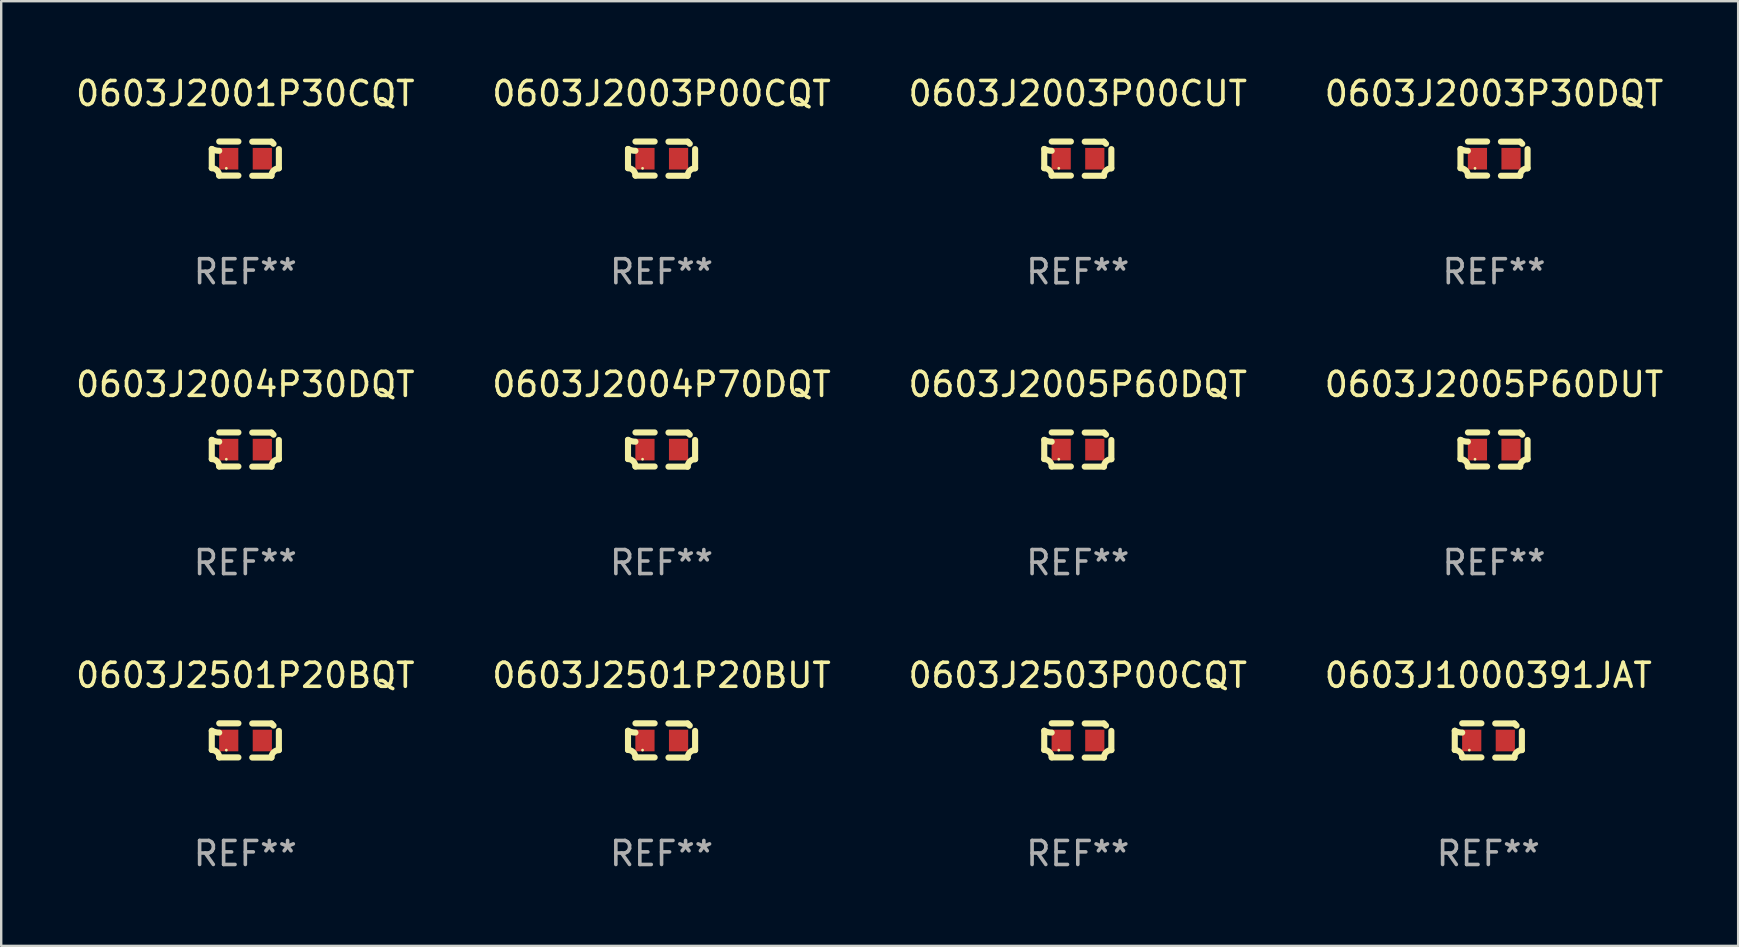
<source format=kicad_pcb>
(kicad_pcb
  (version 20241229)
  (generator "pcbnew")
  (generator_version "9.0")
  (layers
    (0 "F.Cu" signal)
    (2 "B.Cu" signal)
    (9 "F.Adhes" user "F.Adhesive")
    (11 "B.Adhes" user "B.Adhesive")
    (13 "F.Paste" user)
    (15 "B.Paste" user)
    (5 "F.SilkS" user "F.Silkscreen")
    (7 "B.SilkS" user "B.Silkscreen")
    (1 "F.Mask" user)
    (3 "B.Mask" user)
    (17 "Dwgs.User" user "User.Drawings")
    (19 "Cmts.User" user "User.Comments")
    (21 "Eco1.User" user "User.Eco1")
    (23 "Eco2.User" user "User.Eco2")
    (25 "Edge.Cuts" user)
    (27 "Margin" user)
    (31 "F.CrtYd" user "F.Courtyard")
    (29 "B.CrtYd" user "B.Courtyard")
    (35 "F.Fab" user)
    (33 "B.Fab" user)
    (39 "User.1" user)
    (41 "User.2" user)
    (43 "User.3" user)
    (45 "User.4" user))
  (footprint "0603J2004P30DQT"
    (layer "F.Cu")
    (at 7.173 15.683)
    (property "Reference" "0603J2004P30DQT" (at 0 -2.713 0) (layer "F.SilkS") (effects (font (size 1 1) (thickness 0.15))))
    (attr through_hole)
    (fp_line (start -1.398 -0.403) (end -1.398 0.397) (stroke (width 0.254) (type solid)) (layer "F.SilkS"))
    (fp_line (start -0.288 -0.713) (end -1.088 -0.713) (stroke (width 0.254) (type solid)) (layer "F.SilkS"))
    (fp_line (start -0.288 0.707) (end -1.088 0.707) (stroke (width 0.254) (type solid)) (layer "F.SilkS"))
    (fp_line (start 0.288 -0.707) (end 1.088 -0.707) (stroke (width 0.254) (type solid)) (layer "F.SilkS"))
    (fp_line (start 0.288 0.713) (end 1.088 0.713) (stroke (width 0.254) (type solid)) (layer "F.SilkS"))
    (fp_line (start 1.398 -0.397) (end 1.398 0.403) (stroke (width 0.254) (type solid)) (layer "F.SilkS"))
    (fp_arc (start -1.397789 0.397066) (mid -1.178701 0.487826) (end -1.08796 0.706922) (stroke (width 0.254001) (type solid)) (layer "F.SilkS"))
    (fp_arc (start -1.08796 -0.327176) (mid -1.247436 -0.346384) (end -1.39779 -0.402908) (stroke (width 0.254001) (type solid)) (layer "F.SilkS"))
    (fp_arc (start 1.087909 0.712738) (mid 1.178656 0.493655) (end 1.397739 0.402908) (stroke (width 0.254001) (type solid)) (layer "F.SilkS"))
    (fp_arc (start 1.175925 -0.618926) (mid 1.131917 -0.662923) (end 1.08791 -0.706922) (stroke (width 0.254001) (type solid)) (layer "F.SilkS"))
    (fp_circle (center -0.792 0.403) (end -0.762 0.403) (stroke (width 0.06) (type solid)) (fill no) (layer "F.SilkS"))
    (fp_text user "REF**" (at 0 4.713 0) (layer "F.Fab") (effects (font (size 1 1) (thickness 0.15))))
    (pad "1" smd rect (at -0.692 0.003) (size 0.8 0.9) (layers "F.Cu" "F.Mask" "F.Paste"))
    (pad "2" smd rect (at 0.708 0.003) (size 0.8 0.9) (layers "F.Cu" "F.Mask" "F.Paste")))
  (footprint "0603J1000391JAT"
    (layer "F.Cu")
    (at 58.97 27.805)
    (property "Reference" "0603J1000391JAT" (at 0 -2.713 0) (layer "F.SilkS") (effects (font (size 1 1) (thickness 0.15))))
    (attr through_hole)
    (fp_line (start -1.398 -0.403) (end -1.398 0.397) (stroke (width 0.254) (type solid)) (layer "F.SilkS"))
    (fp_line (start -0.288 -0.713) (end -1.088 -0.713) (stroke (width 0.254) (type solid)) (layer "F.SilkS"))
    (fp_line (start -0.288 0.707) (end -1.088 0.707) (stroke (width 0.254) (type solid)) (layer "F.SilkS"))
    (fp_line (start 0.288 -0.707) (end 1.088 -0.707) (stroke (width 0.254) (type solid)) (layer "F.SilkS"))
    (fp_line (start 0.288 0.713) (end 1.088 0.713) (stroke (width 0.254) (type solid)) (layer "F.SilkS"))
    (fp_line (start 1.398 -0.397) (end 1.398 0.403) (stroke (width 0.254) (type solid)) (layer "F.SilkS"))
    (fp_arc (start -1.397789 0.397066) (mid -1.178701 0.487826) (end -1.08796 0.706922) (stroke (width 0.254001) (type solid)) (layer "F.SilkS"))
    (fp_arc (start -1.08796 -0.327176) (mid -1.247436 -0.346384) (end -1.39779 -0.402908) (stroke (width 0.254001) (type solid)) (layer "F.SilkS"))
    (fp_arc (start 1.087909 0.712738) (mid 1.178656 0.493655) (end 1.397739 0.402908) (stroke (width 0.254001) (type solid)) (layer "F.SilkS"))
    (fp_arc (start 1.175925 -0.618926) (mid 1.131917 -0.662923) (end 1.08791 -0.706922) (stroke (width 0.254001) (type solid)) (layer "F.SilkS"))
    (fp_circle (center -0.792 0.403) (end -0.762 0.403) (stroke (width 0.06) (type solid)) (fill no) (layer "F.SilkS"))
    (fp_text user "REF**" (at 0 4.713 0) (layer "F.Fab") (effects (font (size 1 1) (thickness 0.15))))
    (pad "1" smd rect (at -0.692 0.003) (size 0.8 0.9) (layers "F.Cu" "F.Mask" "F.Paste"))
    (pad "2" smd rect (at 0.708 0.003) (size 0.8 0.9) (layers "F.Cu" "F.Mask" "F.Paste")))
  (footprint "0603J2003P00CUT"
    (layer "F.Cu")
    (at 41.863 3.561)
    (property "Reference" "0603J2003P00CUT" (at 0 -2.713 0) (layer "F.SilkS") (effects (font (size 1 1) (thickness 0.15))))
    (attr through_hole)
    (fp_line (start -1.398 -0.403) (end -1.398 0.397) (stroke (width 0.254) (type solid)) (layer "F.SilkS"))
    (fp_line (start -0.288 -0.713) (end -1.088 -0.713) (stroke (width 0.254) (type solid)) (layer "F.SilkS"))
    (fp_line (start -0.288 0.707) (end -1.088 0.707) (stroke (width 0.254) (type solid)) (layer "F.SilkS"))
    (fp_line (start 0.288 -0.707) (end 1.088 -0.707) (stroke (width 0.254) (type solid)) (layer "F.SilkS"))
    (fp_line (start 0.288 0.713) (end 1.088 0.713) (stroke (width 0.254) (type solid)) (layer "F.SilkS"))
    (fp_line (start 1.398 -0.397) (end 1.398 0.403) (stroke (width 0.254) (type solid)) (layer "F.SilkS"))
    (fp_arc (start -1.397789 0.397066) (mid -1.178701 0.487826) (end -1.08796 0.706922) (stroke (width 0.254001) (type solid)) (layer "F.SilkS"))
    (fp_arc (start -1.08796 -0.327176) (mid -1.247436 -0.346384) (end -1.39779 -0.402908) (stroke (width 0.254001) (type solid)) (layer "F.SilkS"))
    (fp_arc (start 1.087909 0.712738) (mid 1.178656 0.493655) (end 1.397739 0.402908) (stroke (width 0.254001) (type solid)) (layer "F.SilkS"))
    (fp_arc (start 1.175925 -0.618926) (mid 1.131917 -0.662923) (end 1.08791 -0.706922) (stroke (width 0.254001) (type solid)) (layer "F.SilkS"))
    (fp_circle (center -0.792 0.403) (end -0.762 0.403) (stroke (width 0.06) (type solid)) (fill no) (layer "F.SilkS"))
    (fp_text user "REF**" (at 0 4.713 0) (layer "F.Fab") (effects (font (size 1 1) (thickness 0.15))))
    (pad "1" smd rect (at -0.692 0.003) (size 0.8 0.9) (layers "F.Cu" "F.Mask" "F.Paste"))
    (pad "2" smd rect (at 0.708 0.003) (size 0.8 0.9) (layers "F.Cu" "F.Mask" "F.Paste")))
  (footprint "0603J2501P20BUT"
    (layer "F.Cu")
    (at 24.518 27.805)
    (property "Reference" "0603J2501P20BUT" (at 0 -2.713 0) (layer "F.SilkS") (effects (font (size 1 1) (thickness 0.15))))
    (attr through_hole)
    (fp_line (start -1.398 -0.403) (end -1.398 0.397) (stroke (width 0.254) (type solid)) (layer "F.SilkS"))
    (fp_line (start -0.288 -0.713) (end -1.088 -0.713) (stroke (width 0.254) (type solid)) (layer "F.SilkS"))
    (fp_line (start -0.288 0.707) (end -1.088 0.707) (stroke (width 0.254) (type solid)) (layer "F.SilkS"))
    (fp_line (start 0.288 -0.707) (end 1.088 -0.707) (stroke (width 0.254) (type solid)) (layer "F.SilkS"))
    (fp_line (start 0.288 0.713) (end 1.088 0.713) (stroke (width 0.254) (type solid)) (layer "F.SilkS"))
    (fp_line (start 1.398 -0.397) (end 1.398 0.403) (stroke (width 0.254) (type solid)) (layer "F.SilkS"))
    (fp_arc (start -1.397789 0.397066) (mid -1.178701 0.487826) (end -1.08796 0.706922) (stroke (width 0.254001) (type solid)) (layer "F.SilkS"))
    (fp_arc (start -1.08796 -0.327176) (mid -1.247436 -0.346384) (end -1.39779 -0.402908) (stroke (width 0.254001) (type solid)) (layer "F.SilkS"))
    (fp_arc (start 1.087909 0.712738) (mid 1.178656 0.493655) (end 1.397739 0.402908) (stroke (width 0.254001) (type solid)) (layer "F.SilkS"))
    (fp_arc (start 1.175925 -0.618926) (mid 1.131917 -0.662923) (end 1.08791 -0.706922) (stroke (width 0.254001) (type solid)) (layer "F.SilkS"))
    (fp_circle (center -0.792 0.403) (end -0.762 0.403) (stroke (width 0.06) (type solid)) (fill no) (layer "F.SilkS"))
    (fp_text user "REF**" (at 0 4.713 0) (layer "F.Fab") (effects (font (size 1 1) (thickness 0.15))))
    (pad "1" smd rect (at -0.692 0.003) (size 0.8 0.9) (layers "F.Cu" "F.Mask" "F.Paste"))
    (pad "2" smd rect (at 0.708 0.003) (size 0.8 0.9) (layers "F.Cu" "F.Mask" "F.Paste")))
  (footprint "0603J2501P20BQT"
    (layer "F.Cu")
    (at 7.173 27.805)
    (property "Reference" "0603J2501P20BQT" (at 0 -2.713 0) (layer "F.SilkS") (effects (font (size 1 1) (thickness 0.15))))
    (attr through_hole)
    (fp_line (start -1.398 -0.403) (end -1.398 0.397) (stroke (width 0.254) (type solid)) (layer "F.SilkS"))
    (fp_line (start -0.288 -0.713) (end -1.088 -0.713) (stroke (width 0.254) (type solid)) (layer "F.SilkS"))
    (fp_line (start -0.288 0.707) (end -1.088 0.707) (stroke (width 0.254) (type solid)) (layer "F.SilkS"))
    (fp_line (start 0.288 -0.707) (end 1.088 -0.707) (stroke (width 0.254) (type solid)) (layer "F.SilkS"))
    (fp_line (start 0.288 0.713) (end 1.088 0.713) (stroke (width 0.254) (type solid)) (layer "F.SilkS"))
    (fp_line (start 1.398 -0.397) (end 1.398 0.403) (stroke (width 0.254) (type solid)) (layer "F.SilkS"))
    (fp_arc (start -1.397789 0.397066) (mid -1.178701 0.487826) (end -1.08796 0.706922) (stroke (width 0.254001) (type solid)) (layer "F.SilkS"))
    (fp_arc (start -1.08796 -0.327176) (mid -1.247436 -0.346384) (end -1.39779 -0.402908) (stroke (width 0.254001) (type solid)) (layer "F.SilkS"))
    (fp_arc (start 1.087909 0.712738) (mid 1.178656 0.493655) (end 1.397739 0.402908) (stroke (width 0.254001) (type solid)) (layer "F.SilkS"))
    (fp_arc (start 1.175925 -0.618926) (mid 1.131917 -0.662923) (end 1.08791 -0.706922) (stroke (width 0.254001) (type solid)) (layer "F.SilkS"))
    (fp_circle (center -0.792 0.403) (end -0.762 0.403) (stroke (width 0.06) (type solid)) (fill no) (layer "F.SilkS"))
    (fp_text user "REF**" (at 0 4.713 0) (layer "F.Fab") (effects (font (size 1 1) (thickness 0.15))))
    (pad "1" smd rect (at -0.692 0.003) (size 0.8 0.9) (layers "F.Cu" "F.Mask" "F.Paste"))
    (pad "2" smd rect (at 0.708 0.003) (size 0.8 0.9) (layers "F.Cu" "F.Mask" "F.Paste")))
  (footprint "0603J2004P70DQT"
    (layer "F.Cu")
    (at 24.518 15.683)
    (property "Reference" "0603J2004P70DQT" (at 0 -2.713 0) (layer "F.SilkS") (effects (font (size 1 1) (thickness 0.15))))
    (attr through_hole)
    (fp_line (start -1.398 -0.403) (end -1.398 0.397) (stroke (width 0.254) (type solid)) (layer "F.SilkS"))
    (fp_line (start -0.288 -0.713) (end -1.088 -0.713) (stroke (width 0.254) (type solid)) (layer "F.SilkS"))
    (fp_line (start -0.288 0.707) (end -1.088 0.707) (stroke (width 0.254) (type solid)) (layer "F.SilkS"))
    (fp_line (start 0.288 -0.707) (end 1.088 -0.707) (stroke (width 0.254) (type solid)) (layer "F.SilkS"))
    (fp_line (start 0.288 0.713) (end 1.088 0.713) (stroke (width 0.254) (type solid)) (layer "F.SilkS"))
    (fp_line (start 1.398 -0.397) (end 1.398 0.403) (stroke (width 0.254) (type solid)) (layer "F.SilkS"))
    (fp_arc (start -1.397789 0.397066) (mid -1.178701 0.487826) (end -1.08796 0.706922) (stroke (width 0.254001) (type solid)) (layer "F.SilkS"))
    (fp_arc (start -1.08796 -0.327176) (mid -1.247436 -0.346384) (end -1.39779 -0.402908) (stroke (width 0.254001) (type solid)) (layer "F.SilkS"))
    (fp_arc (start 1.087909 0.712738) (mid 1.178656 0.493655) (end 1.397739 0.402908) (stroke (width 0.254001) (type solid)) (layer "F.SilkS"))
    (fp_arc (start 1.175925 -0.618926) (mid 1.131917 -0.662923) (end 1.08791 -0.706922) (stroke (width 0.254001) (type solid)) (layer "F.SilkS"))
    (fp_circle (center -0.792 0.403) (end -0.762 0.403) (stroke (width 0.06) (type solid)) (fill no) (layer "F.SilkS"))
    (fp_text user "REF**" (at 0 4.713 0) (layer "F.Fab") (effects (font (size 1 1) (thickness 0.15))))
    (pad "1" smd rect (at -0.692 0.003) (size 0.8 0.9) (layers "F.Cu" "F.Mask" "F.Paste"))
    (pad "2" smd rect (at 0.708 0.003) (size 0.8 0.9) (layers "F.Cu" "F.Mask" "F.Paste")))
  (footprint "0603J2005P60DUT"
    (layer "F.Cu")
    (at 59.208 15.683)
    (property "Reference" "0603J2005P60DUT" (at 0 -2.713 0) (layer "F.SilkS") (effects (font (size 1 1) (thickness 0.15))))
    (attr through_hole)
    (fp_line (start -1.398 -0.403) (end -1.398 0.397) (stroke (width 0.254) (type solid)) (layer "F.SilkS"))
    (fp_line (start -0.288 -0.713) (end -1.088 -0.713) (stroke (width 0.254) (type solid)) (layer "F.SilkS"))
    (fp_line (start -0.288 0.707) (end -1.088 0.707) (stroke (width 0.254) (type solid)) (layer "F.SilkS"))
    (fp_line (start 0.288 -0.707) (end 1.088 -0.707) (stroke (width 0.254) (type solid)) (layer "F.SilkS"))
    (fp_line (start 0.288 0.713) (end 1.088 0.713) (stroke (width 0.254) (type solid)) (layer "F.SilkS"))
    (fp_line (start 1.398 -0.397) (end 1.398 0.403) (stroke (width 0.254) (type solid)) (layer "F.SilkS"))
    (fp_arc (start -1.397789 0.397066) (mid -1.178701 0.487826) (end -1.08796 0.706922) (stroke (width 0.254001) (type solid)) (layer "F.SilkS"))
    (fp_arc (start -1.08796 -0.327176) (mid -1.247436 -0.346384) (end -1.39779 -0.402908) (stroke (width 0.254001) (type solid)) (layer "F.SilkS"))
    (fp_arc (start 1.087909 0.712738) (mid 1.178656 0.493655) (end 1.397739 0.402908) (stroke (width 0.254001) (type solid)) (layer "F.SilkS"))
    (fp_arc (start 1.175925 -0.618926) (mid 1.131917 -0.662923) (end 1.08791 -0.706922) (stroke (width 0.254001) (type solid)) (layer "F.SilkS"))
    (fp_circle (center -0.792 0.403) (end -0.762 0.403) (stroke (width 0.06) (type solid)) (fill no) (layer "F.SilkS"))
    (fp_text user "REF**" (at 0 4.713 0) (layer "F.Fab") (effects (font (size 1 1) (thickness 0.15))))
    (pad "1" smd rect (at -0.692 0.003) (size 0.8 0.9) (layers "F.Cu" "F.Mask" "F.Paste"))
    (pad "2" smd rect (at 0.708 0.003) (size 0.8 0.9) (layers "F.Cu" "F.Mask" "F.Paste")))
  (footprint "0603J2503P00CQT"
    (layer "F.Cu")
    (at 41.863 27.805)
    (property "Reference" "0603J2503P00CQT" (at 0 -2.713 0) (layer "F.SilkS") (effects (font (size 1 1) (thickness 0.15))))
    (attr through_hole)
    (fp_line (start -1.398 -0.403) (end -1.398 0.397) (stroke (width 0.254) (type solid)) (layer "F.SilkS"))
    (fp_line (start -0.288 -0.713) (end -1.088 -0.713) (stroke (width 0.254) (type solid)) (layer "F.SilkS"))
    (fp_line (start -0.288 0.707) (end -1.088 0.707) (stroke (width 0.254) (type solid)) (layer "F.SilkS"))
    (fp_line (start 0.288 -0.707) (end 1.088 -0.707) (stroke (width 0.254) (type solid)) (layer "F.SilkS"))
    (fp_line (start 0.288 0.713) (end 1.088 0.713) (stroke (width 0.254) (type solid)) (layer "F.SilkS"))
    (fp_line (start 1.398 -0.397) (end 1.398 0.403) (stroke (width 0.254) (type solid)) (layer "F.SilkS"))
    (fp_arc (start -1.397789 0.397066) (mid -1.178701 0.487826) (end -1.08796 0.706922) (stroke (width 0.254001) (type solid)) (layer "F.SilkS"))
    (fp_arc (start -1.08796 -0.327176) (mid -1.247436 -0.346384) (end -1.39779 -0.402908) (stroke (width 0.254001) (type solid)) (layer "F.SilkS"))
    (fp_arc (start 1.087909 0.712738) (mid 1.178656 0.493655) (end 1.397739 0.402908) (stroke (width 0.254001) (type solid)) (layer "F.SilkS"))
    (fp_arc (start 1.175925 -0.618926) (mid 1.131917 -0.662923) (end 1.08791 -0.706922) (stroke (width 0.254001) (type solid)) (layer "F.SilkS"))
    (fp_circle (center -0.792 0.403) (end -0.762 0.403) (stroke (width 0.06) (type solid)) (fill no) (layer "F.SilkS"))
    (fp_text user "REF**" (at 0 4.713 0) (layer "F.Fab") (effects (font (size 1 1) (thickness 0.15))))
    (pad "1" smd rect (at -0.692 0.003) (size 0.8 0.9) (layers "F.Cu" "F.Mask" "F.Paste"))
    (pad "2" smd rect (at 0.708 0.003) (size 0.8 0.9) (layers "F.Cu" "F.Mask" "F.Paste")))
  (footprint "0603J2001P30CQT"
    (layer "F.Cu")
    (at 7.173 3.561)
    (property "Reference" "0603J2001P30CQT" (at 0 -2.713 0) (layer "F.SilkS") (effects (font (size 1 1) (thickness 0.15))))
    (attr through_hole)
    (fp_line (start -1.398 -0.403) (end -1.398 0.397) (stroke (width 0.254) (type solid)) (layer "F.SilkS"))
    (fp_line (start -0.288 -0.713) (end -1.088 -0.713) (stroke (width 0.254) (type solid)) (layer "F.SilkS"))
    (fp_line (start -0.288 0.707) (end -1.088 0.707) (stroke (width 0.254) (type solid)) (layer "F.SilkS"))
    (fp_line (start 0.288 -0.707) (end 1.088 -0.707) (stroke (width 0.254) (type solid)) (layer "F.SilkS"))
    (fp_line (start 0.288 0.713) (end 1.088 0.713) (stroke (width 0.254) (type solid)) (layer "F.SilkS"))
    (fp_line (start 1.398 -0.397) (end 1.398 0.403) (stroke (width 0.254) (type solid)) (layer "F.SilkS"))
    (fp_arc (start -1.397789 0.397066) (mid -1.178701 0.487826) (end -1.08796 0.706922) (stroke (width 0.254001) (type solid)) (layer "F.SilkS"))
    (fp_arc (start -1.08796 -0.327176) (mid -1.247436 -0.346384) (end -1.39779 -0.402908) (stroke (width 0.254001) (type solid)) (layer "F.SilkS"))
    (fp_arc (start 1.087909 0.712738) (mid 1.178656 0.493655) (end 1.397739 0.402908) (stroke (width 0.254001) (type solid)) (layer "F.SilkS"))
    (fp_arc (start 1.175925 -0.618926) (mid 1.131917 -0.662923) (end 1.08791 -0.706922) (stroke (width 0.254001) (type solid)) (layer "F.SilkS"))
    (fp_circle (center -0.792 0.403) (end -0.762 0.403) (stroke (width 0.06) (type solid)) (fill no) (layer "F.SilkS"))
    (fp_text user "REF**" (at 0 4.713 0) (layer "F.Fab") (effects (font (size 1 1) (thickness 0.15))))
    (pad "1" smd rect (at -0.692 0.003) (size 0.8 0.9) (layers "F.Cu" "F.Mask" "F.Paste"))
    (pad "2" smd rect (at 0.708 0.003) (size 0.8 0.9) (layers "F.Cu" "F.Mask" "F.Paste")))
  (footprint "0603J2003P30DQT"
    (layer "F.Cu")
    (at 59.208 3.561)
    (property "Reference" "0603J2003P30DQT" (at 0 -2.713 0) (layer "F.SilkS") (effects (font (size 1 1) (thickness 0.15))))
    (attr through_hole)
    (fp_line (start -1.398 -0.403) (end -1.398 0.397) (stroke (width 0.254) (type solid)) (layer "F.SilkS"))
    (fp_line (start -0.288 -0.713) (end -1.088 -0.713) (stroke (width 0.254) (type solid)) (layer "F.SilkS"))
    (fp_line (start -0.288 0.707) (end -1.088 0.707) (stroke (width 0.254) (type solid)) (layer "F.SilkS"))
    (fp_line (start 0.288 -0.707) (end 1.088 -0.707) (stroke (width 0.254) (type solid)) (layer "F.SilkS"))
    (fp_line (start 0.288 0.713) (end 1.088 0.713) (stroke (width 0.254) (type solid)) (layer "F.SilkS"))
    (fp_line (start 1.398 -0.397) (end 1.398 0.403) (stroke (width 0.254) (type solid)) (layer "F.SilkS"))
    (fp_arc (start -1.397789 0.397066) (mid -1.178701 0.487826) (end -1.08796 0.706922) (stroke (width 0.254001) (type solid)) (layer "F.SilkS"))
    (fp_arc (start -1.08796 -0.327176) (mid -1.247436 -0.346384) (end -1.39779 -0.402908) (stroke (width 0.254001) (type solid)) (layer "F.SilkS"))
    (fp_arc (start 1.087909 0.712738) (mid 1.178656 0.493655) (end 1.397739 0.402908) (stroke (width 0.254001) (type solid)) (layer "F.SilkS"))
    (fp_arc (start 1.175925 -0.618926) (mid 1.131917 -0.662923) (end 1.08791 -0.706922) (stroke (width 0.254001) (type solid)) (layer "F.SilkS"))
    (fp_circle (center -0.792 0.403) (end -0.762 0.403) (stroke (width 0.06) (type solid)) (fill no) (layer "F.SilkS"))
    (fp_text user "REF**" (at 0 4.713 0) (layer "F.Fab") (effects (font (size 1 1) (thickness 0.15))))
    (pad "1" smd rect (at -0.692 0.003) (size 0.8 0.9) (layers "F.Cu" "F.Mask" "F.Paste"))
    (pad "2" smd rect (at 0.708 0.003) (size 0.8 0.9) (layers "F.Cu" "F.Mask" "F.Paste")))
  (footprint "0603J2005P60DQT"
    (layer "F.Cu")
    (at 41.863 15.683)
    (property "Reference" "0603J2005P60DQT" (at 0 -2.713 0) (layer "F.SilkS") (effects (font (size 1 1) (thickness 0.15))))
    (attr through_hole)
    (fp_line (start -1.398 -0.403) (end -1.398 0.397) (stroke (width 0.254) (type solid)) (layer "F.SilkS"))
    (fp_line (start -0.288 -0.713) (end -1.088 -0.713) (stroke (width 0.254) (type solid)) (layer "F.SilkS"))
    (fp_line (start -0.288 0.707) (end -1.088 0.707) (stroke (width 0.254) (type solid)) (layer "F.SilkS"))
    (fp_line (start 0.288 -0.707) (end 1.088 -0.707) (stroke (width 0.254) (type solid)) (layer "F.SilkS"))
    (fp_line (start 0.288 0.713) (end 1.088 0.713) (stroke (width 0.254) (type solid)) (layer "F.SilkS"))
    (fp_line (start 1.398 -0.397) (end 1.398 0.403) (stroke (width 0.254) (type solid)) (layer "F.SilkS"))
    (fp_arc (start -1.397789 0.397066) (mid -1.178701 0.487826) (end -1.08796 0.706922) (stroke (width 0.254001) (type solid)) (layer "F.SilkS"))
    (fp_arc (start -1.08796 -0.327176) (mid -1.247436 -0.346384) (end -1.39779 -0.402908) (stroke (width 0.254001) (type solid)) (layer "F.SilkS"))
    (fp_arc (start 1.087909 0.712738) (mid 1.178656 0.493655) (end 1.397739 0.402908) (stroke (width 0.254001) (type solid)) (layer "F.SilkS"))
    (fp_arc (start 1.175925 -0.618926) (mid 1.131917 -0.662923) (end 1.08791 -0.706922) (stroke (width 0.254001) (type solid)) (layer "F.SilkS"))
    (fp_circle (center -0.792 0.403) (end -0.762 0.403) (stroke (width 0.06) (type solid)) (fill no) (layer "F.SilkS"))
    (fp_text user "REF**" (at 0 4.713 0) (layer "F.Fab") (effects (font (size 1 1) (thickness 0.15))))
    (pad "1" smd rect (at -0.692 0.003) (size 0.8 0.9) (layers "F.Cu" "F.Mask" "F.Paste"))
    (pad "2" smd rect (at 0.708 0.003) (size 0.8 0.9) (layers "F.Cu" "F.Mask" "F.Paste")))
  (footprint "0603J2003P00CQT"
    (layer "F.Cu")
    (at 24.518 3.561)
    (property "Reference" "0603J2003P00CQT" (at 0 -2.713 0) (layer "F.SilkS") (effects (font (size 1 1) (thickness 0.15))))
    (attr through_hole)
    (fp_line (start -1.398 -0.403) (end -1.398 0.397) (stroke (width 0.254) (type solid)) (layer "F.SilkS"))
    (fp_line (start -0.288 -0.713) (end -1.088 -0.713) (stroke (width 0.254) (type solid)) (layer "F.SilkS"))
    (fp_line (start -0.288 0.707) (end -1.088 0.707) (stroke (width 0.254) (type solid)) (layer "F.SilkS"))
    (fp_line (start 0.288 -0.707) (end 1.088 -0.707) (stroke (width 0.254) (type solid)) (layer "F.SilkS"))
    (fp_line (start 0.288 0.713) (end 1.088 0.713) (stroke (width 0.254) (type solid)) (layer "F.SilkS"))
    (fp_line (start 1.398 -0.397) (end 1.398 0.403) (stroke (width 0.254) (type solid)) (layer "F.SilkS"))
    (fp_arc (start -1.397789 0.397066) (mid -1.178701 0.487826) (end -1.08796 0.706922) (stroke (width 0.254001) (type solid)) (layer "F.SilkS"))
    (fp_arc (start -1.08796 -0.327176) (mid -1.247436 -0.346384) (end -1.39779 -0.402908) (stroke (width 0.254001) (type solid)) (layer "F.SilkS"))
    (fp_arc (start 1.087909 0.712738) (mid 1.178656 0.493655) (end 1.397739 0.402908) (stroke (width 0.254001) (type solid)) (layer "F.SilkS"))
    (fp_arc (start 1.175925 -0.618926) (mid 1.131917 -0.662923) (end 1.08791 -0.706922) (stroke (width 0.254001) (type solid)) (layer "F.SilkS"))
    (fp_circle (center -0.792 0.403) (end -0.762 0.403) (stroke (width 0.06) (type solid)) (fill no) (layer "F.SilkS"))
    (fp_text user "REF**" (at 0 4.713 0) (layer "F.Fab") (effects (font (size 1 1) (thickness 0.15))))
    (pad "1" smd rect (at -0.692 0.003) (size 0.8 0.9) (layers "F.Cu" "F.Mask" "F.Paste"))
    (pad "2" smd rect (at 0.708 0.003) (size 0.8 0.9) (layers "F.Cu" "F.Mask" "F.Paste")))
  (gr_rect
    (start -3 -3)
    (end 69.381 36.366)
    (stroke (width 0.1) (type default))
    (fill no)
    (layer "Edge.Cuts")))
</source>
